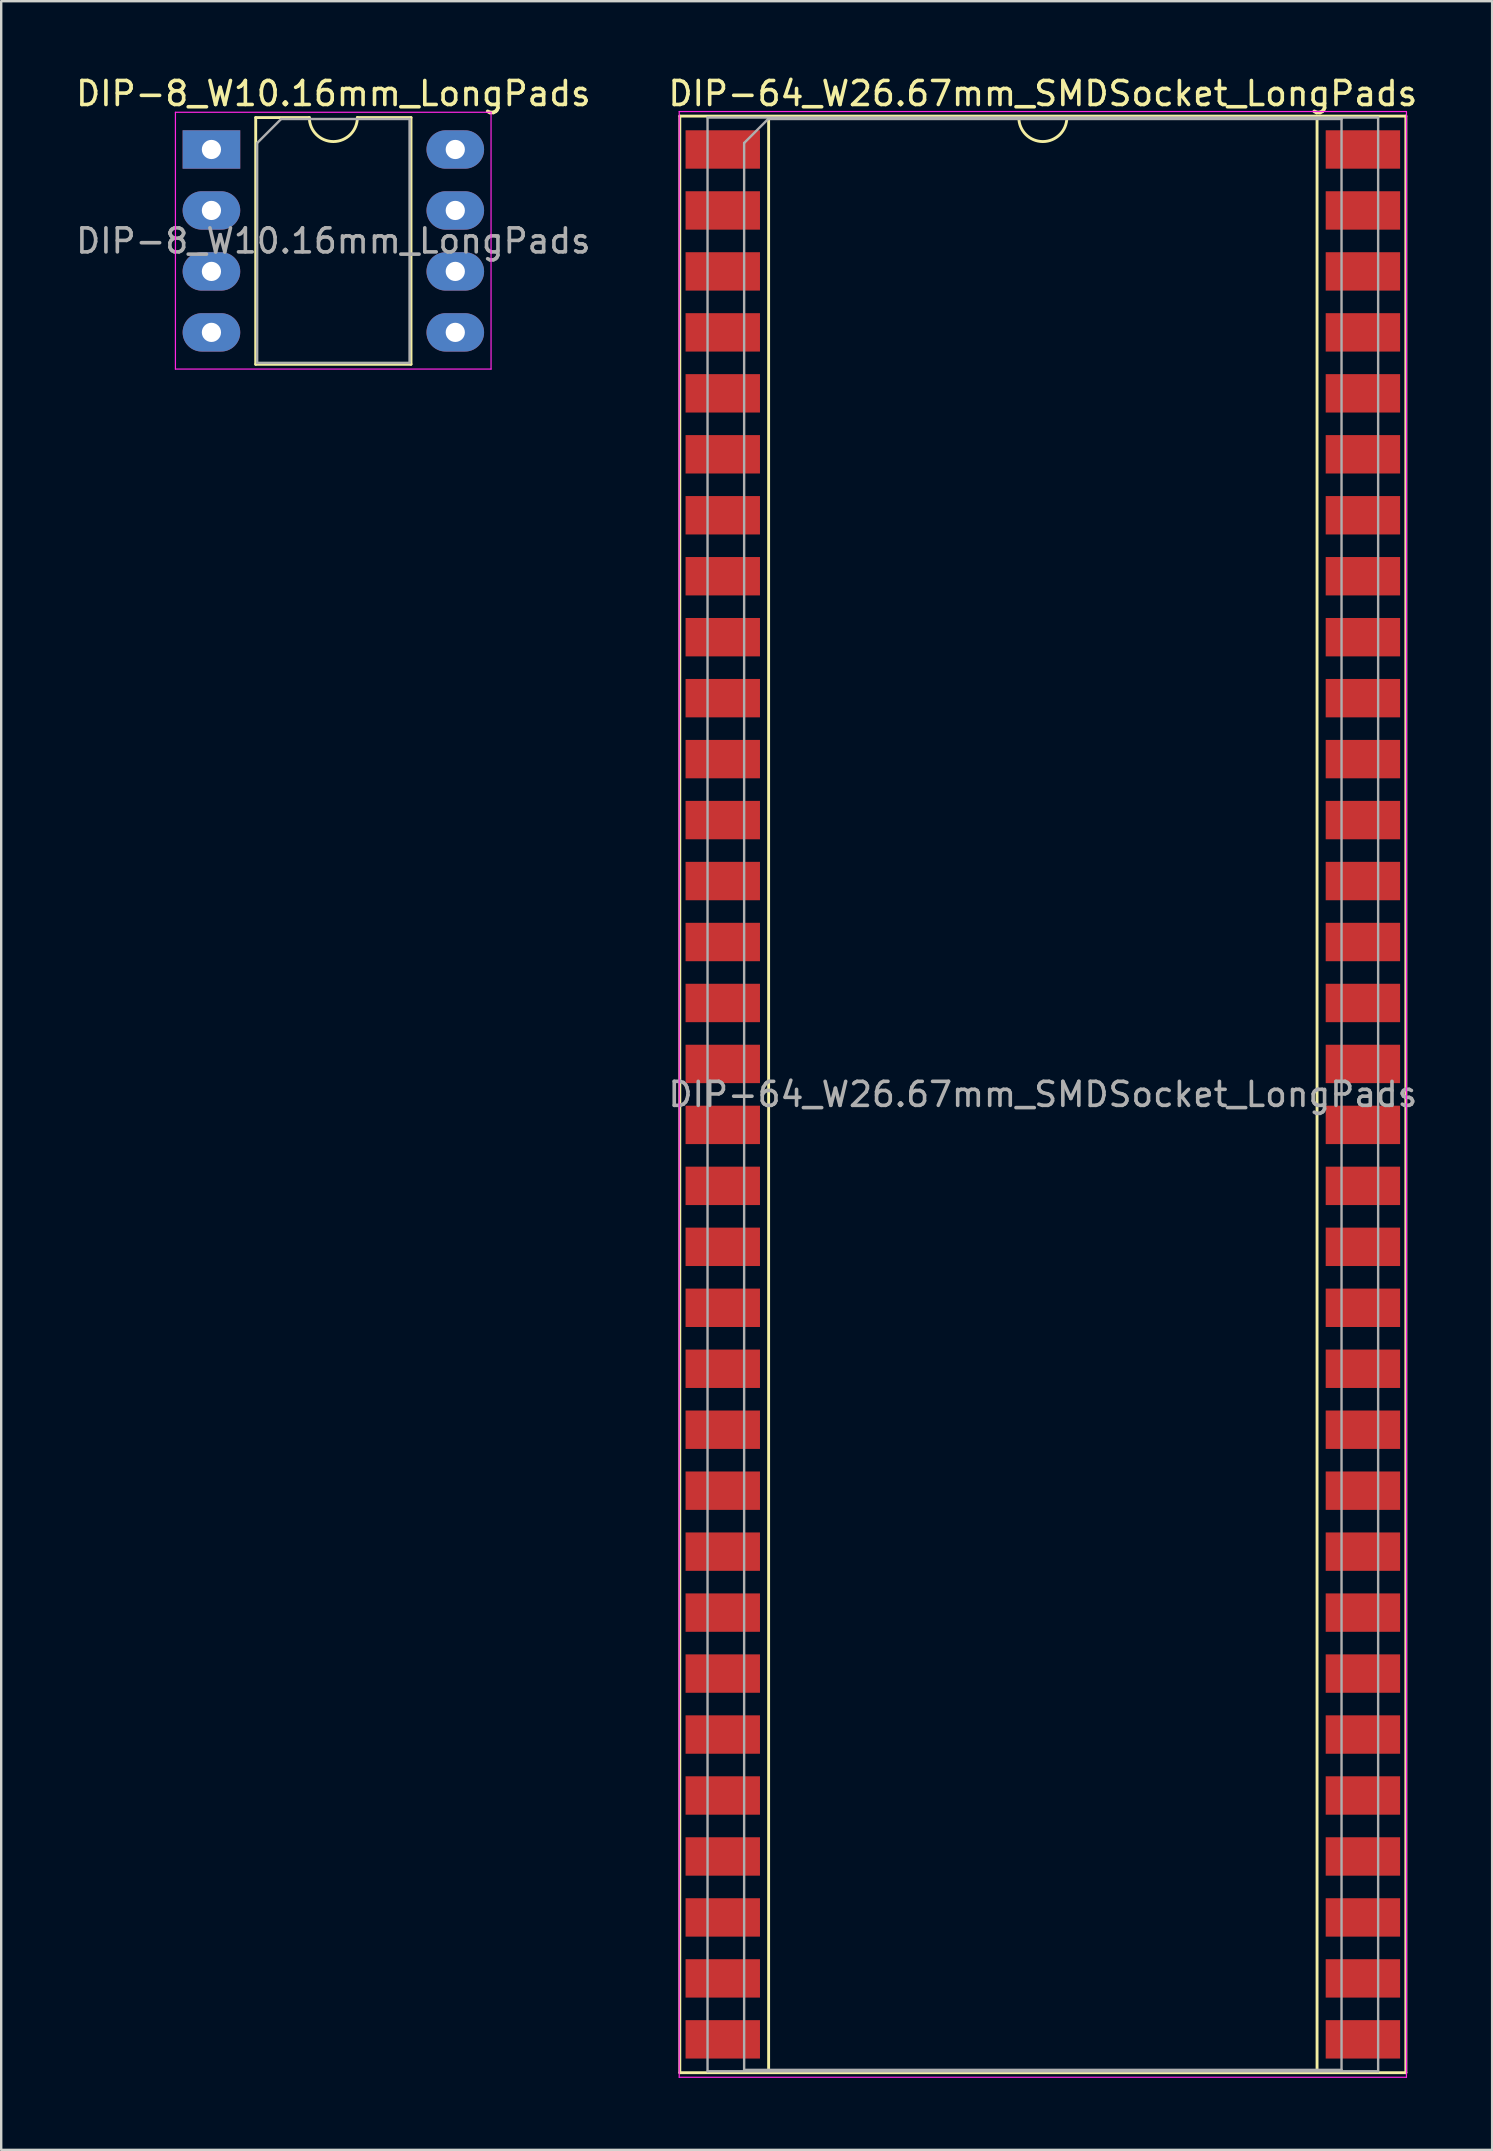
<source format=kicad_pcb>
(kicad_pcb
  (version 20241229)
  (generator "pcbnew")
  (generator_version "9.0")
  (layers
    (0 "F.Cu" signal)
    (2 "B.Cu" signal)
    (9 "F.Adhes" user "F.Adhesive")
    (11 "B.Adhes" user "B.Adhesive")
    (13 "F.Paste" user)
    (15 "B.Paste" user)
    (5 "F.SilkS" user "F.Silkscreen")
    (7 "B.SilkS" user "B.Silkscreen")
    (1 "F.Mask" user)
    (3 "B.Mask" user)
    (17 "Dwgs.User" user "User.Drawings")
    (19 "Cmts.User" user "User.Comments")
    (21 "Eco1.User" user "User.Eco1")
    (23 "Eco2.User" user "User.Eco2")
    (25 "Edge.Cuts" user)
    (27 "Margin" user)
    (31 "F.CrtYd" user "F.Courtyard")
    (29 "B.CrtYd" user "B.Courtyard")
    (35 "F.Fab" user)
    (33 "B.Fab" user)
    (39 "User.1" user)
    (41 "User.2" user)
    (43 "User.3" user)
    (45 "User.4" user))
  (footprint "DIP-64_W26.67mm_SMDSocket_LongPads"
    (layer "F.Cu")
    (at 40.399 42.548)
    (property "Reference" "DIP-64_W26.67mm_SMDSocket_LongPads" (at 0 -41.7 0) (layer "F.SilkS") (effects (font (size 1 1) (thickness 0.15))))
    (attr smd)
    (fp_line (start -15.125 -40.76) (end -15.125 40.76) (stroke (width 0.12) (type solid)) (layer "F.SilkS"))
    (fp_line (start -15.125 40.76) (end 15.125 40.76) (stroke (width 0.12) (type solid)) (layer "F.SilkS"))
    (fp_line (start -11.425 -40.7) (end -11.425 40.7) (stroke (width 0.12) (type solid)) (layer "F.SilkS"))
    (fp_line (start -11.425 40.7) (end 11.425 40.7) (stroke (width 0.12) (type solid)) (layer "F.SilkS"))
    (fp_line (start -1 -40.7) (end -11.425 -40.7) (stroke (width 0.12) (type solid)) (layer "F.SilkS"))
    (fp_line (start 11.425 -40.7) (end 1 -40.7) (stroke (width 0.12) (type solid)) (layer "F.SilkS"))
    (fp_line (start 11.425 40.7) (end 11.425 -40.7) (stroke (width 0.12) (type solid)) (layer "F.SilkS"))
    (fp_line (start 15.125 -40.76) (end -15.125 -40.76) (stroke (width 0.12) (type solid)) (layer "F.SilkS"))
    (fp_line (start 15.125 40.76) (end 15.125 -40.76) (stroke (width 0.12) (type solid)) (layer "F.SilkS"))
    (fp_arc (start 1 -40.7) (mid 0 -39.7) (end -1 -40.7) (stroke (width 0.12) (type solid)) (layer "F.SilkS"))
    (fp_line (start -15.15 -40.95) (end -15.15 40.95) (stroke (width 0.05) (type solid)) (layer "F.CrtYd"))
    (fp_line (start -15.15 40.95) (end 15.15 40.95) (stroke (width 0.05) (type solid)) (layer "F.CrtYd"))
    (fp_line (start 15.15 -40.95) (end -15.15 -40.95) (stroke (width 0.05) (type solid)) (layer "F.CrtYd"))
    (fp_line (start 15.15 40.95) (end 15.15 -40.95) (stroke (width 0.05) (type solid)) (layer "F.CrtYd"))
    (fp_line (start -13.97 -40.7) (end -13.97 40.7) (stroke (width 0.1) (type solid)) (layer "F.Fab"))
    (fp_line (start -13.97 40.7) (end 13.97 40.7) (stroke (width 0.1) (type solid)) (layer "F.Fab"))
    (fp_line (start -12.445 -39.64) (end -11.445 -40.64) (stroke (width 0.1) (type solid)) (layer "F.Fab"))
    (fp_line (start -12.445 40.64) (end -12.445 -39.64) (stroke (width 0.1) (type solid)) (layer "F.Fab"))
    (fp_line (start -11.445 -40.64) (end 12.445 -40.64) (stroke (width 0.1) (type solid)) (layer "F.Fab"))
    (fp_line (start 12.445 -40.64) (end 12.445 40.64) (stroke (width 0.1) (type solid)) (layer "F.Fab"))
    (fp_line (start 12.445 40.64) (end -12.445 40.64) (stroke (width 0.1) (type solid)) (layer "F.Fab"))
    (fp_line (start 13.97 -40.7) (end -13.97 -40.7) (stroke (width 0.1) (type solid)) (layer "F.Fab"))
    (fp_line (start 13.97 40.7) (end 13.97 -40.7) (stroke (width 0.1) (type solid)) (layer "F.Fab"))
    (fp_text user "${REFERENCE}" (at 0 0 0) (layer "F.Fab") (effects (font (size 1 1) (thickness 0.15))))
    (pad "1" smd rect (at -13.335 -39.37) (size 3.1 1.6) (layers "F.Cu" "F.Mask" "F.Paste"))
    (pad "2" smd rect (at -13.335 -36.83) (size 3.1 1.6) (layers "F.Cu" "F.Mask" "F.Paste"))
    (pad "3" smd rect (at -13.335 -34.29) (size 3.1 1.6) (layers "F.Cu" "F.Mask" "F.Paste"))
    (pad "4" smd rect (at -13.335 -31.75) (size 3.1 1.6) (layers "F.Cu" "F.Mask" "F.Paste"))
    (pad "5" smd rect (at -13.335 -29.21) (size 3.1 1.6) (layers "F.Cu" "F.Mask" "F.Paste"))
    (pad "6" smd rect (at -13.335 -26.67) (size 3.1 1.6) (layers "F.Cu" "F.Mask" "F.Paste"))
    (pad "7" smd rect (at -13.335 -24.13) (size 3.1 1.6) (layers "F.Cu" "F.Mask" "F.Paste"))
    (pad "8" smd rect (at -13.335 -21.59) (size 3.1 1.6) (layers "F.Cu" "F.Mask" "F.Paste"))
    (pad "9" smd rect (at -13.335 -19.05) (size 3.1 1.6) (layers "F.Cu" "F.Mask" "F.Paste"))
    (pad "10" smd rect (at -13.335 -16.51) (size 3.1 1.6) (layers "F.Cu" "F.Mask" "F.Paste"))
    (pad "11" smd rect (at -13.335 -13.97) (size 3.1 1.6) (layers "F.Cu" "F.Mask" "F.Paste"))
    (pad "12" smd rect (at -13.335 -11.43) (size 3.1 1.6) (layers "F.Cu" "F.Mask" "F.Paste"))
    (pad "13" smd rect (at -13.335 -8.89) (size 3.1 1.6) (layers "F.Cu" "F.Mask" "F.Paste"))
    (pad "14" smd rect (at -13.335 -6.35) (size 3.1 1.6) (layers "F.Cu" "F.Mask" "F.Paste"))
    (pad "15" smd rect (at -13.335 -3.81) (size 3.1 1.6) (layers "F.Cu" "F.Mask" "F.Paste"))
    (pad "16" smd rect (at -13.335 -1.27) (size 3.1 1.6) (layers "F.Cu" "F.Mask" "F.Paste"))
    (pad "17" smd rect (at -13.335 1.27) (size 3.1 1.6) (layers "F.Cu" "F.Mask" "F.Paste"))
    (pad "18" smd rect (at -13.335 3.81) (size 3.1 1.6) (layers "F.Cu" "F.Mask" "F.Paste"))
    (pad "19" smd rect (at -13.335 6.35) (size 3.1 1.6) (layers "F.Cu" "F.Mask" "F.Paste"))
    (pad "20" smd rect (at -13.335 8.89) (size 3.1 1.6) (layers "F.Cu" "F.Mask" "F.Paste"))
    (pad "21" smd rect (at -13.335 11.43) (size 3.1 1.6) (layers "F.Cu" "F.Mask" "F.Paste"))
    (pad "22" smd rect (at -13.335 13.97) (size 3.1 1.6) (layers "F.Cu" "F.Mask" "F.Paste"))
    (pad "23" smd rect (at -13.335 16.51) (size 3.1 1.6) (layers "F.Cu" "F.Mask" "F.Paste"))
    (pad "24" smd rect (at -13.335 19.05) (size 3.1 1.6) (layers "F.Cu" "F.Mask" "F.Paste"))
    (pad "25" smd rect (at -13.335 21.59) (size 3.1 1.6) (layers "F.Cu" "F.Mask" "F.Paste"))
    (pad "26" smd rect (at -13.335 24.13) (size 3.1 1.6) (layers "F.Cu" "F.Mask" "F.Paste"))
    (pad "27" smd rect (at -13.335 26.67) (size 3.1 1.6) (layers "F.Cu" "F.Mask" "F.Paste"))
    (pad "28" smd rect (at -13.335 29.21) (size 3.1 1.6) (layers "F.Cu" "F.Mask" "F.Paste"))
    (pad "29" smd rect (at -13.335 31.75) (size 3.1 1.6) (layers "F.Cu" "F.Mask" "F.Paste"))
    (pad "30" smd rect (at -13.335 34.29) (size 3.1 1.6) (layers "F.Cu" "F.Mask" "F.Paste"))
    (pad "31" smd rect (at -13.335 36.83) (size 3.1 1.6) (layers "F.Cu" "F.Mask" "F.Paste"))
    (pad "32" smd rect (at -13.335 39.37) (size 3.1 1.6) (layers "F.Cu" "F.Mask" "F.Paste"))
    (pad "33" smd rect (at 13.335 39.37) (size 3.1 1.6) (layers "F.Cu" "F.Mask" "F.Paste"))
    (pad "34" smd rect (at 13.335 36.83) (size 3.1 1.6) (layers "F.Cu" "F.Mask" "F.Paste"))
    (pad "35" smd rect (at 13.335 34.29) (size 3.1 1.6) (layers "F.Cu" "F.Mask" "F.Paste"))
    (pad "36" smd rect (at 13.335 31.75) (size 3.1 1.6) (layers "F.Cu" "F.Mask" "F.Paste"))
    (pad "37" smd rect (at 13.335 29.21) (size 3.1 1.6) (layers "F.Cu" "F.Mask" "F.Paste"))
    (pad "38" smd rect (at 13.335 26.67) (size 3.1 1.6) (layers "F.Cu" "F.Mask" "F.Paste"))
    (pad "39" smd rect (at 13.335 24.13) (size 3.1 1.6) (layers "F.Cu" "F.Mask" "F.Paste"))
    (pad "40" smd rect (at 13.335 21.59) (size 3.1 1.6) (layers "F.Cu" "F.Mask" "F.Paste"))
    (pad "41" smd rect (at 13.335 19.05) (size 3.1 1.6) (layers "F.Cu" "F.Mask" "F.Paste"))
    (pad "42" smd rect (at 13.335 16.51) (size 3.1 1.6) (layers "F.Cu" "F.Mask" "F.Paste"))
    (pad "43" smd rect (at 13.335 13.97) (size 3.1 1.6) (layers "F.Cu" "F.Mask" "F.Paste"))
    (pad "44" smd rect (at 13.335 11.43) (size 3.1 1.6) (layers "F.Cu" "F.Mask" "F.Paste"))
    (pad "45" smd rect (at 13.335 8.89) (size 3.1 1.6) (layers "F.Cu" "F.Mask" "F.Paste"))
    (pad "46" smd rect (at 13.335 6.35) (size 3.1 1.6) (layers "F.Cu" "F.Mask" "F.Paste"))
    (pad "47" smd rect (at 13.335 3.81) (size 3.1 1.6) (layers "F.Cu" "F.Mask" "F.Paste"))
    (pad "48" smd rect (at 13.335 1.27) (size 3.1 1.6) (layers "F.Cu" "F.Mask" "F.Paste"))
    (pad "49" smd rect (at 13.335 -1.27) (size 3.1 1.6) (layers "F.Cu" "F.Mask" "F.Paste"))
    (pad "50" smd rect (at 13.335 -3.81) (size 3.1 1.6) (layers "F.Cu" "F.Mask" "F.Paste"))
    (pad "51" smd rect (at 13.335 -6.35) (size 3.1 1.6) (layers "F.Cu" "F.Mask" "F.Paste"))
    (pad "52" smd rect (at 13.335 -8.89) (size 3.1 1.6) (layers "F.Cu" "F.Mask" "F.Paste"))
    (pad "53" smd rect (at 13.335 -11.43) (size 3.1 1.6) (layers "F.Cu" "F.Mask" "F.Paste"))
    (pad "54" smd rect (at 13.335 -13.97) (size 3.1 1.6) (layers "F.Cu" "F.Mask" "F.Paste"))
    (pad "55" smd rect (at 13.335 -16.51) (size 3.1 1.6) (layers "F.Cu" "F.Mask" "F.Paste"))
    (pad "56" smd rect (at 13.335 -19.05) (size 3.1 1.6) (layers "F.Cu" "F.Mask" "F.Paste"))
    (pad "57" smd rect (at 13.335 -21.59) (size 3.1 1.6) (layers "F.Cu" "F.Mask" "F.Paste"))
    (pad "58" smd rect (at 13.335 -24.13) (size 3.1 1.6) (layers "F.Cu" "F.Mask" "F.Paste"))
    (pad "59" smd rect (at 13.335 -26.67) (size 3.1 1.6) (layers "F.Cu" "F.Mask" "F.Paste"))
    (pad "60" smd rect (at 13.335 -29.21) (size 3.1 1.6) (layers "F.Cu" "F.Mask" "F.Paste"))
    (pad "61" smd rect (at 13.335 -31.75) (size 3.1 1.6) (layers "F.Cu" "F.Mask" "F.Paste"))
    (pad "62" smd rect (at 13.335 -34.29) (size 3.1 1.6) (layers "F.Cu" "F.Mask" "F.Paste"))
    (pad "63" smd rect (at 13.335 -36.83) (size 3.1 1.6) (layers "F.Cu" "F.Mask" "F.Paste"))
    (pad "64" smd rect (at 13.335 -39.37) (size 3.1 1.6) (layers "F.Cu" "F.Mask" "F.Paste")))
  (footprint "DIP-8_W10.16mm_LongPads"
    (layer "F.Cu")
    (at 5.759 3.178)
    (property "Reference" "DIP-8_W10.16mm_LongPads" (at 5.08 -2.33 0) (layer "F.SilkS") (effects (font (size 1 1) (thickness 0.15))))
    (attr through_hole)
    (fp_line (start 1.845 -1.33) (end 1.845 8.95) (stroke (width 0.12) (type solid)) (layer "F.SilkS"))
    (fp_line (start 1.845 8.95) (end 8.315 8.95) (stroke (width 0.12) (type solid)) (layer "F.SilkS"))
    (fp_line (start 4.08 -1.33) (end 1.845 -1.33) (stroke (width 0.12) (type solid)) (layer "F.SilkS"))
    (fp_line (start 8.315 -1.33) (end 6.08 -1.33) (stroke (width 0.12) (type solid)) (layer "F.SilkS"))
    (fp_line (start 8.315 8.95) (end 8.315 -1.33) (stroke (width 0.12) (type solid)) (layer "F.SilkS"))
    (fp_arc (start 6.08 -1.33) (mid 5.08 -0.33) (end 4.08 -1.33) (stroke (width 0.12) (type solid)) (layer "F.SilkS"))
    (fp_line (start -1.5 -1.55) (end -1.5 9.15) (stroke (width 0.05) (type solid)) (layer "F.CrtYd"))
    (fp_line (start -1.5 9.15) (end 11.65 9.15) (stroke (width 0.05) (type solid)) (layer "F.CrtYd"))
    (fp_line (start 11.65 -1.55) (end -1.5 -1.55) (stroke (width 0.05) (type solid)) (layer "F.CrtYd"))
    (fp_line (start 11.65 9.15) (end 11.65 -1.55) (stroke (width 0.05) (type solid)) (layer "F.CrtYd"))
    (fp_line (start 1.905 -0.27) (end 2.905 -1.27) (stroke (width 0.1) (type solid)) (layer "F.Fab"))
    (fp_line (start 1.905 8.89) (end 1.905 -0.27) (stroke (width 0.1) (type solid)) (layer "F.Fab"))
    (fp_line (start 2.905 -1.27) (end 8.255 -1.27) (stroke (width 0.1) (type solid)) (layer "F.Fab"))
    (fp_line (start 8.255 -1.27) (end 8.255 8.89) (stroke (width 0.1) (type solid)) (layer "F.Fab"))
    (fp_line (start 8.255 8.89) (end 1.905 8.89) (stroke (width 0.1) (type solid)) (layer "F.Fab"))
    (fp_text user "${REFERENCE}" (at 5.08 3.81 0) (layer "F.Fab") (effects (font (size 1 1) (thickness 0.15))))
    (pad "1" thru_hole rect (at 0 0) (size 2.4 1.6) (drill 0.8) (layers "*.Cu" "*.Mask"))
    (pad "2" thru_hole oval (at 0 2.54) (size 2.4 1.6) (drill 0.8) (layers "*.Cu" "*.Mask"))
    (pad "3" thru_hole oval (at 0 5.08) (size 2.4 1.6) (drill 0.8) (layers "*.Cu" "*.Mask"))
    (pad "4" thru_hole oval (at 0 7.62) (size 2.4 1.6) (drill 0.8) (layers "*.Cu" "*.Mask"))
    (pad "5" thru_hole oval (at 10.16 7.62) (size 2.4 1.6) (drill 0.8) (layers "*.Cu" "*.Mask"))
    (pad "6" thru_hole oval (at 10.16 5.08) (size 2.4 1.6) (drill 0.8) (layers "*.Cu" "*.Mask"))
    (pad "7" thru_hole oval (at 10.16 2.54) (size 2.4 1.6) (drill 0.8) (layers "*.Cu" "*.Mask"))
    (pad "8" thru_hole oval (at 10.16 0) (size 2.4 1.6) (drill 0.8) (layers "*.Cu" "*.Mask")))
  (gr_rect
    (start -3 -3)
    (end 59.119 86.523)
    (stroke (width 0.1) (type default))
    (fill no)
    (layer "Edge.Cuts")))
</source>
